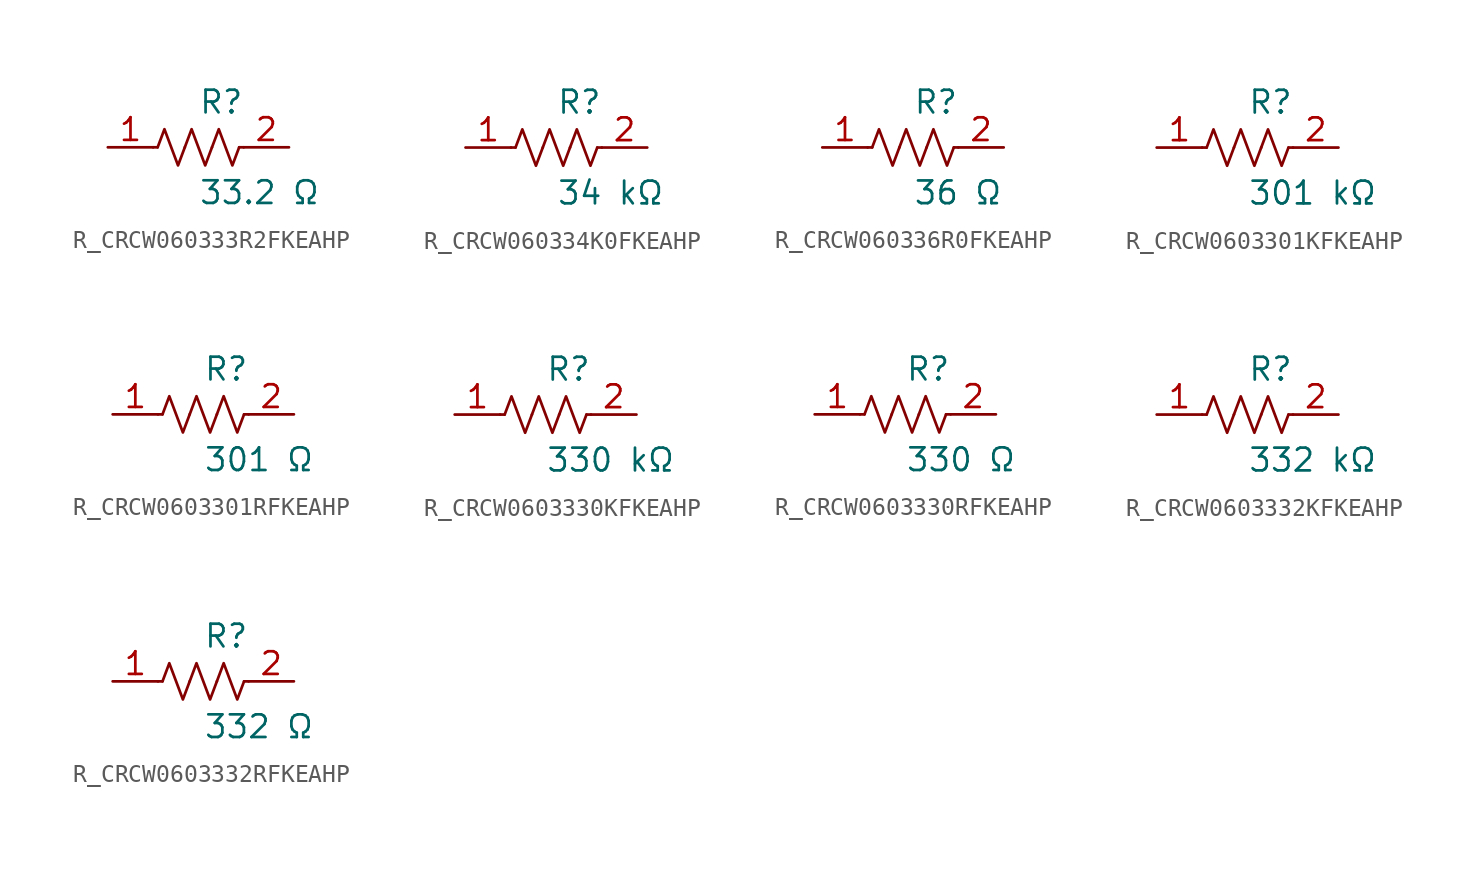
<source format=kicad_sym>
(kicad_symbol_lib
  (version 20231120)
  (generator kicad_symbol_editor)
  (generator_version 8.0)
  (symbol "R_CRCW060333R2FKEAHP"
    (pin_names
      (offset 0.254))
    (property "Reference" "R"
      (at 0.0 2.54 0)
      (effects (font (size 1.27 1.27)) (justify left)))
    (property "Value" "33.2 Ω"
      (at 0.0 -2.54 0)
      (effects (font (size 1.27 1.27)) (justify left)))
    (symbol "R_CRCW060333R2FKEAHP_0_1"
      (polyline (pts (xy 2.286 0) (xy 2.54 0)) (stroke (width 0) (type default)) (fill (type none)))
      (polyline (pts (xy -2.286 0) (xy -2.54 0)) (stroke (width 0) (type default)) (fill (type none)))
      (polyline (pts (xy 0.762 0) (xy 1.143 1.016) (xy 1.524 0) (xy 1.905 -1.016) (xy 2.286 0)) (stroke (width 0) (type default)) (fill (type none)))
      (polyline (pts (xy -0.762 0) (xy -0.381 1.016) (xy 0 0) (xy 0.381 -1.016) (xy 0.762 0)) (stroke (width 0) (type default)) (fill (type none)))
      (polyline (pts (xy -2.286 0) (xy -1.905 1.016) (xy -1.524 0) (xy -1.143 -1.016) (xy -0.762 0)) (stroke (width 0) (type default)) (fill (type none))))
    (pin unspecified line
      (at -5.08 0 0)
      (length 2.54)
      (name "" (effects (font (size 1.27 1.27))))
      (number "1" (effects (font (size 1.27 1.27)))))
    (pin unspecified line
      (at 5.08 0 180)
      (length 2.54)
      (name "" (effects (font (size 1.27 1.27))))
      (number "2" (effects (font (size 1.27 1.27))))))
  (symbol "R_CRCW060334K0FKEAHP"
    (pin_names
      (offset 0.254))
    (property "Reference" "R"
      (at 0.0 2.54 0)
      (effects (font (size 1.27 1.27)) (justify left)))
    (property "Value" "34 kΩ"
      (at 0.0 -2.54 0)
      (effects (font (size 1.27 1.27)) (justify left)))
    (symbol "R_CRCW060334K0FKEAHP_0_1"
      (polyline (pts (xy 2.286 0) (xy 2.54 0)) (stroke (width 0) (type default)) (fill (type none)))
      (polyline (pts (xy -2.286 0) (xy -2.54 0)) (stroke (width 0) (type default)) (fill (type none)))
      (polyline (pts (xy 0.762 0) (xy 1.143 1.016) (xy 1.524 0) (xy 1.905 -1.016) (xy 2.286 0)) (stroke (width 0) (type default)) (fill (type none)))
      (polyline (pts (xy -0.762 0) (xy -0.381 1.016) (xy 0 0) (xy 0.381 -1.016) (xy 0.762 0)) (stroke (width 0) (type default)) (fill (type none)))
      (polyline (pts (xy -2.286 0) (xy -1.905 1.016) (xy -1.524 0) (xy -1.143 -1.016) (xy -0.762 0)) (stroke (width 0) (type default)) (fill (type none))))
    (pin unspecified line
      (at -5.08 0 0)
      (length 2.54)
      (name "" (effects (font (size 1.27 1.27))))
      (number "1" (effects (font (size 1.27 1.27)))))
    (pin unspecified line
      (at 5.08 0 180)
      (length 2.54)
      (name "" (effects (font (size 1.27 1.27))))
      (number "2" (effects (font (size 1.27 1.27))))))
  (symbol "R_CRCW060336R0FKEAHP"
    (pin_names
      (offset 0.254))
    (property "Reference" "R"
      (at 0.0 2.54 0)
      (effects (font (size 1.27 1.27)) (justify left)))
    (property "Value" "36 Ω"
      (at 0.0 -2.54 0)
      (effects (font (size 1.27 1.27)) (justify left)))
    (symbol "R_CRCW060336R0FKEAHP_0_1"
      (polyline (pts (xy 2.286 0) (xy 2.54 0)) (stroke (width 0) (type default)) (fill (type none)))
      (polyline (pts (xy -2.286 0) (xy -2.54 0)) (stroke (width 0) (type default)) (fill (type none)))
      (polyline (pts (xy 0.762 0) (xy 1.143 1.016) (xy 1.524 0) (xy 1.905 -1.016) (xy 2.286 0)) (stroke (width 0) (type default)) (fill (type none)))
      (polyline (pts (xy -0.762 0) (xy -0.381 1.016) (xy 0 0) (xy 0.381 -1.016) (xy 0.762 0)) (stroke (width 0) (type default)) (fill (type none)))
      (polyline (pts (xy -2.286 0) (xy -1.905 1.016) (xy -1.524 0) (xy -1.143 -1.016) (xy -0.762 0)) (stroke (width 0) (type default)) (fill (type none))))
    (pin unspecified line
      (at -5.08 0 0)
      (length 2.54)
      (name "" (effects (font (size 1.27 1.27))))
      (number "1" (effects (font (size 1.27 1.27)))))
    (pin unspecified line
      (at 5.08 0 180)
      (length 2.54)
      (name "" (effects (font (size 1.27 1.27))))
      (number "2" (effects (font (size 1.27 1.27))))))
  (symbol "R_CRCW0603301KFKEAHP"
    (pin_names
      (offset 0.254))
    (property "Reference" "R"
      (at 0.0 2.54 0)
      (effects (font (size 1.27 1.27)) (justify left)))
    (property "Value" "301 kΩ"
      (at 0.0 -2.54 0)
      (effects (font (size 1.27 1.27)) (justify left)))
    (symbol "R_CRCW0603301KFKEAHP_0_1"
      (polyline (pts (xy 2.286 0) (xy 2.54 0)) (stroke (width 0) (type default)) (fill (type none)))
      (polyline (pts (xy -2.286 0) (xy -2.54 0)) (stroke (width 0) (type default)) (fill (type none)))
      (polyline (pts (xy 0.762 0) (xy 1.143 1.016) (xy 1.524 0) (xy 1.905 -1.016) (xy 2.286 0)) (stroke (width 0) (type default)) (fill (type none)))
      (polyline (pts (xy -0.762 0) (xy -0.381 1.016) (xy 0 0) (xy 0.381 -1.016) (xy 0.762 0)) (stroke (width 0) (type default)) (fill (type none)))
      (polyline (pts (xy -2.286 0) (xy -1.905 1.016) (xy -1.524 0) (xy -1.143 -1.016) (xy -0.762 0)) (stroke (width 0) (type default)) (fill (type none))))
    (pin unspecified line
      (at -5.08 0 0)
      (length 2.54)
      (name "" (effects (font (size 1.27 1.27))))
      (number "1" (effects (font (size 1.27 1.27)))))
    (pin unspecified line
      (at 5.08 0 180)
      (length 2.54)
      (name "" (effects (font (size 1.27 1.27))))
      (number "2" (effects (font (size 1.27 1.27))))))
  (symbol "R_CRCW0603301RFKEAHP"
    (pin_names
      (offset 0.254))
    (property "Reference" "R"
      (at 0.0 2.54 0)
      (effects (font (size 1.27 1.27)) (justify left)))
    (property "Value" "301 Ω"
      (at 0.0 -2.54 0)
      (effects (font (size 1.27 1.27)) (justify left)))
    (symbol "R_CRCW0603301RFKEAHP_0_1"
      (polyline (pts (xy 2.286 0) (xy 2.54 0)) (stroke (width 0) (type default)) (fill (type none)))
      (polyline (pts (xy -2.286 0) (xy -2.54 0)) (stroke (width 0) (type default)) (fill (type none)))
      (polyline (pts (xy 0.762 0) (xy 1.143 1.016) (xy 1.524 0) (xy 1.905 -1.016) (xy 2.286 0)) (stroke (width 0) (type default)) (fill (type none)))
      (polyline (pts (xy -0.762 0) (xy -0.381 1.016) (xy 0 0) (xy 0.381 -1.016) (xy 0.762 0)) (stroke (width 0) (type default)) (fill (type none)))
      (polyline (pts (xy -2.286 0) (xy -1.905 1.016) (xy -1.524 0) (xy -1.143 -1.016) (xy -0.762 0)) (stroke (width 0) (type default)) (fill (type none))))
    (pin unspecified line
      (at -5.08 0 0)
      (length 2.54)
      (name "" (effects (font (size 1.27 1.27))))
      (number "1" (effects (font (size 1.27 1.27)))))
    (pin unspecified line
      (at 5.08 0 180)
      (length 2.54)
      (name "" (effects (font (size 1.27 1.27))))
      (number "2" (effects (font (size 1.27 1.27))))))
  (symbol "R_CRCW0603330KFKEAHP"
    (pin_names
      (offset 0.254))
    (property "Reference" "R"
      (at 0.0 2.54 0)
      (effects (font (size 1.27 1.27)) (justify left)))
    (property "Value" "330 kΩ"
      (at 0.0 -2.54 0)
      (effects (font (size 1.27 1.27)) (justify left)))
    (symbol "R_CRCW0603330KFKEAHP_0_1"
      (polyline (pts (xy 2.286 0) (xy 2.54 0)) (stroke (width 0) (type default)) (fill (type none)))
      (polyline (pts (xy -2.286 0) (xy -2.54 0)) (stroke (width 0) (type default)) (fill (type none)))
      (polyline (pts (xy 0.762 0) (xy 1.143 1.016) (xy 1.524 0) (xy 1.905 -1.016) (xy 2.286 0)) (stroke (width 0) (type default)) (fill (type none)))
      (polyline (pts (xy -0.762 0) (xy -0.381 1.016) (xy 0 0) (xy 0.381 -1.016) (xy 0.762 0)) (stroke (width 0) (type default)) (fill (type none)))
      (polyline (pts (xy -2.286 0) (xy -1.905 1.016) (xy -1.524 0) (xy -1.143 -1.016) (xy -0.762 0)) (stroke (width 0) (type default)) (fill (type none))))
    (pin unspecified line
      (at -5.08 0 0)
      (length 2.54)
      (name "" (effects (font (size 1.27 1.27))))
      (number "1" (effects (font (size 1.27 1.27)))))
    (pin unspecified line
      (at 5.08 0 180)
      (length 2.54)
      (name "" (effects (font (size 1.27 1.27))))
      (number "2" (effects (font (size 1.27 1.27))))))
  (symbol "R_CRCW0603330RFKEAHP"
    (pin_names
      (offset 0.254))
    (property "Reference" "R"
      (at 0.0 2.54 0)
      (effects (font (size 1.27 1.27)) (justify left)))
    (property "Value" "330 Ω"
      (at 0.0 -2.54 0)
      (effects (font (size 1.27 1.27)) (justify left)))
    (symbol "R_CRCW0603330RFKEAHP_0_1"
      (polyline (pts (xy 2.286 0) (xy 2.54 0)) (stroke (width 0) (type default)) (fill (type none)))
      (polyline (pts (xy -2.286 0) (xy -2.54 0)) (stroke (width 0) (type default)) (fill (type none)))
      (polyline (pts (xy 0.762 0) (xy 1.143 1.016) (xy 1.524 0) (xy 1.905 -1.016) (xy 2.286 0)) (stroke (width 0) (type default)) (fill (type none)))
      (polyline (pts (xy -0.762 0) (xy -0.381 1.016) (xy 0 0) (xy 0.381 -1.016) (xy 0.762 0)) (stroke (width 0) (type default)) (fill (type none)))
      (polyline (pts (xy -2.286 0) (xy -1.905 1.016) (xy -1.524 0) (xy -1.143 -1.016) (xy -0.762 0)) (stroke (width 0) (type default)) (fill (type none))))
    (pin unspecified line
      (at -5.08 0 0)
      (length 2.54)
      (name "" (effects (font (size 1.27 1.27))))
      (number "1" (effects (font (size 1.27 1.27)))))
    (pin unspecified line
      (at 5.08 0 180)
      (length 2.54)
      (name "" (effects (font (size 1.27 1.27))))
      (number "2" (effects (font (size 1.27 1.27))))))
  (symbol "R_CRCW0603332KFKEAHP"
    (pin_names
      (offset 0.254))
    (property "Reference" "R"
      (at 0.0 2.54 0)
      (effects (font (size 1.27 1.27)) (justify left)))
    (property "Value" "332 kΩ"
      (at 0.0 -2.54 0)
      (effects (font (size 1.27 1.27)) (justify left)))
    (symbol "R_CRCW0603332KFKEAHP_0_1"
      (polyline (pts (xy 2.286 0) (xy 2.54 0)) (stroke (width 0) (type default)) (fill (type none)))
      (polyline (pts (xy -2.286 0) (xy -2.54 0)) (stroke (width 0) (type default)) (fill (type none)))
      (polyline (pts (xy 0.762 0) (xy 1.143 1.016) (xy 1.524 0) (xy 1.905 -1.016) (xy 2.286 0)) (stroke (width 0) (type default)) (fill (type none)))
      (polyline (pts (xy -0.762 0) (xy -0.381 1.016) (xy 0 0) (xy 0.381 -1.016) (xy 0.762 0)) (stroke (width 0) (type default)) (fill (type none)))
      (polyline (pts (xy -2.286 0) (xy -1.905 1.016) (xy -1.524 0) (xy -1.143 -1.016) (xy -0.762 0)) (stroke (width 0) (type default)) (fill (type none))))
    (pin unspecified line
      (at -5.08 0 0)
      (length 2.54)
      (name "" (effects (font (size 1.27 1.27))))
      (number "1" (effects (font (size 1.27 1.27)))))
    (pin unspecified line
      (at 5.08 0 180)
      (length 2.54)
      (name "" (effects (font (size 1.27 1.27))))
      (number "2" (effects (font (size 1.27 1.27))))))
  (symbol "R_CRCW0603332RFKEAHP"
    (pin_names
      (offset 0.254))
    (property "Reference" "R"
      (at 0.0 2.54 0)
      (effects (font (size 1.27 1.27)) (justify left)))
    (property "Value" "332 Ω"
      (at 0.0 -2.54 0)
      (effects (font (size 1.27 1.27)) (justify left)))
    (symbol "R_CRCW0603332RFKEAHP_0_1"
      (polyline (pts (xy 2.286 0) (xy 2.54 0)) (stroke (width 0) (type default)) (fill (type none)))
      (polyline (pts (xy -2.286 0) (xy -2.54 0)) (stroke (width 0) (type default)) (fill (type none)))
      (polyline (pts (xy 0.762 0) (xy 1.143 1.016) (xy 1.524 0) (xy 1.905 -1.016) (xy 2.286 0)) (stroke (width 0) (type default)) (fill (type none)))
      (polyline (pts (xy -0.762 0) (xy -0.381 1.016) (xy 0 0) (xy 0.381 -1.016) (xy 0.762 0)) (stroke (width 0) (type default)) (fill (type none)))
      (polyline (pts (xy -2.286 0) (xy -1.905 1.016) (xy -1.524 0) (xy -1.143 -1.016) (xy -0.762 0)) (stroke (width 0) (type default)) (fill (type none))))
    (pin unspecified line
      (at -5.08 0 0)
      (length 2.54)
      (name "" (effects (font (size 1.27 1.27))))
      (number "1" (effects (font (size 1.27 1.27)))))
    (pin unspecified line
      (at 5.08 0 180)
      (length 2.54)
      (name "" (effects (font (size 1.27 1.27))))
      (number "2" (effects (font (size 1.27 1.27)))))))
</source>
